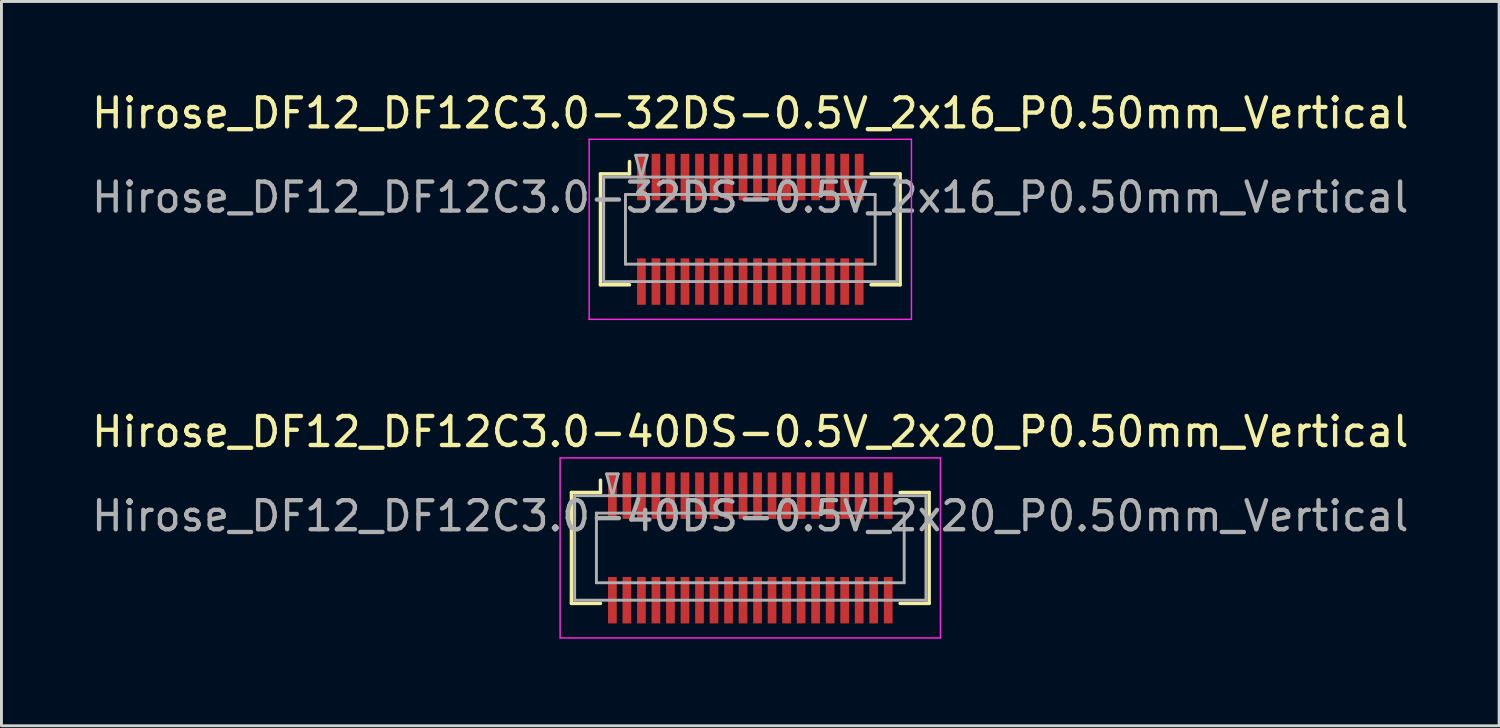
<source format=kicad_pcb>
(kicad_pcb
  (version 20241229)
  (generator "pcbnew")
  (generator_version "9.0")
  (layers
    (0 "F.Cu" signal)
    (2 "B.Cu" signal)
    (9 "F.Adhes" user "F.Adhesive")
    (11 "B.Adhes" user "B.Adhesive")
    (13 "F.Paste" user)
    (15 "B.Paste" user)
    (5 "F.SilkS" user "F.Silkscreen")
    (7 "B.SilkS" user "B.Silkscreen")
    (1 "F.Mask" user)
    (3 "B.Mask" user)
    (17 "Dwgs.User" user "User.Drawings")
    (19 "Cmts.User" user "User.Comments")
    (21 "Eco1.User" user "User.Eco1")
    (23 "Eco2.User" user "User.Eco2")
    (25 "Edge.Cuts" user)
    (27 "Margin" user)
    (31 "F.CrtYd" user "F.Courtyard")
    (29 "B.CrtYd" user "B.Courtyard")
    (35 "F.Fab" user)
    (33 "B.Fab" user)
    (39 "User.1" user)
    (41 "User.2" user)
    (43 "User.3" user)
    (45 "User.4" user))
  (footprint "Hirose_DF12_DF12C3.0-40DS-0.5V_2x20_P0.50mm_Vertical"
    (layer "F.Cu")
    (at 22.792 15.822)
    (property "Reference" "Hirose_DF12_DF12C3.0-40DS-0.5V_2x20_P0.50mm_Vertical" (at 0 -4 0) (layer "F.SilkS") (effects (font (size 1 1) (thickness 0.15))))
    (attr smd)
    (fp_line (start -6.16 -1.91) (end -5.16 -1.91) (stroke (width 0.12) (type solid)) (layer "F.SilkS"))
    (fp_line (start -6.16 1.91) (end -6.16 -1.91) (stroke (width 0.12) (type solid)) (layer "F.SilkS"))
    (fp_line (start -5.16 -1.91) (end -5.16 -2.333) (stroke (width 0.12) (type solid)) (layer "F.SilkS"))
    (fp_line (start -5.16 1.91) (end -6.16 1.91) (stroke (width 0.12) (type solid)) (layer "F.SilkS"))
    (fp_line (start 5.16 1.91) (end 6.16 1.91) (stroke (width 0.12) (type solid)) (layer "F.SilkS"))
    (fp_line (start 6.16 -1.91) (end 5.16 -1.91) (stroke (width 0.12) (type solid)) (layer "F.SilkS"))
    (fp_line (start 6.16 1.91) (end 6.16 -1.91) (stroke (width 0.12) (type solid)) (layer "F.SilkS"))
    (fp_line (start -6.55 -3.1) (end -6.55 3.1) (stroke (width 0.05) (type solid)) (layer "F.CrtYd"))
    (fp_line (start -6.55 3.1) (end 6.55 3.1) (stroke (width 0.05) (type solid)) (layer "F.CrtYd"))
    (fp_line (start 6.55 -3.1) (end -6.55 -3.1) (stroke (width 0.05) (type solid)) (layer "F.CrtYd"))
    (fp_line (start 6.55 3.1) (end 6.55 -3.1) (stroke (width 0.05) (type solid)) (layer "F.CrtYd"))
    (fp_line (start -6.05 -1.8) (end 6.05 -1.8) (stroke (width 0.1) (type solid)) (layer "F.Fab"))
    (fp_line (start -6.05 1.8) (end -6.05 -1.8) (stroke (width 0.1) (type solid)) (layer "F.Fab"))
    (fp_line (start -5.3 -1.2) (end 5.3 -1.2) (stroke (width 0.1) (type solid)) (layer "F.Fab"))
    (fp_line (start -5.3 1.2) (end -5.3 -1.2) (stroke (width 0.1) (type solid)) (layer "F.Fab"))
    (fp_line (start -4.95 -2.55) (end -4.75 -1.8) (stroke (width 0.1) (type solid)) (layer "F.Fab"))
    (fp_line (start -4.75 -1.8) (end -4.55 -2.55) (stroke (width 0.1) (type solid)) (layer "F.Fab"))
    (fp_line (start -4.55 -2.55) (end -4.95 -2.55) (stroke (width 0.1) (type solid)) (layer "F.Fab"))
    (fp_line (start 5.3 -1.2) (end 5.3 1.2) (stroke (width 0.1) (type solid)) (layer "F.Fab"))
    (fp_line (start 5.3 1.2) (end -5.3 1.2) (stroke (width 0.1) (type solid)) (layer "F.Fab"))
    (fp_line (start 6.05 -1.8) (end 6.05 1.8) (stroke (width 0.1) (type solid)) (layer "F.Fab"))
    (fp_line (start 6.05 1.8) (end -6.05 1.8) (stroke (width 0.1) (type solid)) (layer "F.Fab"))
    (fp_text user "${REFERENCE}" (at 0 -1.1 0) (layer "F.Fab") (effects (font (size 1 1) (thickness 0.15))))
    (pad "" smd rect (at -4.75 -2) (size 0.28 1.2) (layers "F.Paste"))
    (pad "" smd rect (at -4.75 2) (size 0.28 1.2) (layers "F.Paste"))
    (pad "" smd rect (at -4.25 -2) (size 0.28 1.2) (layers "F.Paste"))
    (pad "" smd rect (at -4.25 2) (size 0.28 1.2) (layers "F.Paste"))
    (pad "" smd rect (at -3.75 -2) (size 0.28 1.2) (layers "F.Paste"))
    (pad "" smd rect (at -3.75 2) (size 0.28 1.2) (layers "F.Paste"))
    (pad "" smd rect (at -3.25 -2) (size 0.28 1.2) (layers "F.Paste"))
    (pad "" smd rect (at -3.25 2) (size 0.28 1.2) (layers "F.Paste"))
    (pad "" smd rect (at -2.75 -2) (size 0.28 1.2) (layers "F.Paste"))
    (pad "" smd rect (at -2.75 2) (size 0.28 1.2) (layers "F.Paste"))
    (pad "" smd rect (at -2.25 -2) (size 0.28 1.2) (layers "F.Paste"))
    (pad "" smd rect (at -2.25 2) (size 0.28 1.2) (layers "F.Paste"))
    (pad "" smd rect (at -1.75 -2) (size 0.28 1.2) (layers "F.Paste"))
    (pad "" smd rect (at -1.75 2) (size 0.28 1.2) (layers "F.Paste"))
    (pad "" smd rect (at -1.25 -2) (size 0.28 1.2) (layers "F.Paste"))
    (pad "" smd rect (at -1.25 2) (size 0.28 1.2) (layers "F.Paste"))
    (pad "" smd rect (at -0.75 -2) (size 0.28 1.2) (layers "F.Paste"))
    (pad "" smd rect (at -0.75 2) (size 0.28 1.2) (layers "F.Paste"))
    (pad "" smd rect (at -0.25 -2) (size 0.28 1.2) (layers "F.Paste"))
    (pad "" smd rect (at -0.25 2) (size 0.28 1.2) (layers "F.Paste"))
    (pad "" smd rect (at 0.25 -2) (size 0.28 1.2) (layers "F.Paste"))
    (pad "" smd rect (at 0.25 2) (size 0.28 1.2) (layers "F.Paste"))
    (pad "" smd rect (at 0.75 -2) (size 0.28 1.2) (layers "F.Paste"))
    (pad "" smd rect (at 0.75 2) (size 0.28 1.2) (layers "F.Paste"))
    (pad "" smd rect (at 1.25 -2) (size 0.28 1.2) (layers "F.Paste"))
    (pad "" smd rect (at 1.25 2) (size 0.28 1.2) (layers "F.Paste"))
    (pad "" smd rect (at 1.75 -2) (size 0.28 1.2) (layers "F.Paste"))
    (pad "" smd rect (at 1.75 2) (size 0.28 1.2) (layers "F.Paste"))
    (pad "" smd rect (at 2.25 -2) (size 0.28 1.2) (layers "F.Paste"))
    (pad "" smd rect (at 2.25 2) (size 0.28 1.2) (layers "F.Paste"))
    (pad "" smd rect (at 2.75 -2) (size 0.28 1.2) (layers "F.Paste"))
    (pad "" smd rect (at 2.75 2) (size 0.28 1.2) (layers "F.Paste"))
    (pad "" smd rect (at 3.25 -2) (size 0.28 1.2) (layers "F.Paste"))
    (pad "" smd rect (at 3.25 2) (size 0.28 1.2) (layers "F.Paste"))
    (pad "" smd rect (at 3.75 -2) (size 0.28 1.2) (layers "F.Paste"))
    (pad "" smd rect (at 3.75 2) (size 0.28 1.2) (layers "F.Paste"))
    (pad "" smd rect (at 4.25 -2) (size 0.28 1.2) (layers "F.Paste"))
    (pad "" smd rect (at 4.25 2) (size 0.28 1.2) (layers "F.Paste"))
    (pad "" smd rect (at 4.75 -2) (size 0.28 1.2) (layers "F.Paste"))
    (pad "" smd rect (at 4.75 2) (size 0.28 1.2) (layers "F.Paste"))
    (pad "1" smd rect (at -4.75 -1.8) (size 0.3 1.6) (layers "F.Cu" "F.Mask"))
    (pad "2" smd rect (at -4.25 -1.8) (size 0.3 1.6) (layers "F.Cu" "F.Mask"))
    (pad "3" smd rect (at -3.75 -1.8) (size 0.3 1.6) (layers "F.Cu" "F.Mask"))
    (pad "4" smd rect (at -3.25 -1.8) (size 0.3 1.6) (layers "F.Cu" "F.Mask"))
    (pad "5" smd rect (at -2.75 -1.8) (size 0.3 1.6) (layers "F.Cu" "F.Mask"))
    (pad "6" smd rect (at -2.25 -1.8) (size 0.3 1.6) (layers "F.Cu" "F.Mask"))
    (pad "7" smd rect (at -1.75 -1.8) (size 0.3 1.6) (layers "F.Cu" "F.Mask"))
    (pad "8" smd rect (at -1.25 -1.8) (size 0.3 1.6) (layers "F.Cu" "F.Mask"))
    (pad "9" smd rect (at -0.75 -1.8) (size 0.3 1.6) (layers "F.Cu" "F.Mask"))
    (pad "10" smd rect (at -0.25 -1.8) (size 0.3 1.6) (layers "F.Cu" "F.Mask"))
    (pad "11" smd rect (at 0.25 -1.8) (size 0.3 1.6) (layers "F.Cu" "F.Mask"))
    (pad "12" smd rect (at 0.75 -1.8) (size 0.3 1.6) (layers "F.Cu" "F.Mask"))
    (pad "13" smd rect (at 1.25 -1.8) (size 0.3 1.6) (layers "F.Cu" "F.Mask"))
    (pad "14" smd rect (at 1.75 -1.8) (size 0.3 1.6) (layers "F.Cu" "F.Mask"))
    (pad "15" smd rect (at 2.25 -1.8) (size 0.3 1.6) (layers "F.Cu" "F.Mask"))
    (pad "16" smd rect (at 2.75 -1.8) (size 0.3 1.6) (layers "F.Cu" "F.Mask"))
    (pad "17" smd rect (at 3.25 -1.8) (size 0.3 1.6) (layers "F.Cu" "F.Mask"))
    (pad "18" smd rect (at 3.75 -1.8) (size 0.3 1.6) (layers "F.Cu" "F.Mask"))
    (pad "19" smd rect (at 4.25 -1.8) (size 0.3 1.6) (layers "F.Cu" "F.Mask"))
    (pad "20" smd rect (at 4.75 -1.8) (size 0.3 1.6) (layers "F.Cu" "F.Mask"))
    (pad "21" smd rect (at -4.75 1.8) (size 0.3 1.6) (layers "F.Cu" "F.Mask"))
    (pad "22" smd rect (at -4.25 1.8) (size 0.3 1.6) (layers "F.Cu" "F.Mask"))
    (pad "23" smd rect (at -3.75 1.8) (size 0.3 1.6) (layers "F.Cu" "F.Mask"))
    (pad "24" smd rect (at -3.25 1.8) (size 0.3 1.6) (layers "F.Cu" "F.Mask"))
    (pad "25" smd rect (at -2.75 1.8) (size 0.3 1.6) (layers "F.Cu" "F.Mask"))
    (pad "26" smd rect (at -2.25 1.8) (size 0.3 1.6) (layers "F.Cu" "F.Mask"))
    (pad "27" smd rect (at -1.75 1.8) (size 0.3 1.6) (layers "F.Cu" "F.Mask"))
    (pad "28" smd rect (at -1.25 1.8) (size 0.3 1.6) (layers "F.Cu" "F.Mask"))
    (pad "29" smd rect (at -0.75 1.8) (size 0.3 1.6) (layers "F.Cu" "F.Mask"))
    (pad "30" smd rect (at -0.25 1.8) (size 0.3 1.6) (layers "F.Cu" "F.Mask"))
    (pad "31" smd rect (at 0.25 1.8) (size 0.3 1.6) (layers "F.Cu" "F.Mask"))
    (pad "32" smd rect (at 0.75 1.8) (size 0.3 1.6) (layers "F.Cu" "F.Mask"))
    (pad "33" smd rect (at 1.25 1.8) (size 0.3 1.6) (layers "F.Cu" "F.Mask"))
    (pad "34" smd rect (at 1.75 1.8) (size 0.3 1.6) (layers "F.Cu" "F.Mask"))
    (pad "35" smd rect (at 2.25 1.8) (size 0.3 1.6) (layers "F.Cu" "F.Mask"))
    (pad "36" smd rect (at 2.75 1.8) (size 0.3 1.6) (layers "F.Cu" "F.Mask"))
    (pad "37" smd rect (at 3.25 1.8) (size 0.3 1.6) (layers "F.Cu" "F.Mask"))
    (pad "38" smd rect (at 3.75 1.8) (size 0.3 1.6) (layers "F.Cu" "F.Mask"))
    (pad "39" smd rect (at 4.25 1.8) (size 0.3 1.6) (layers "F.Cu" "F.Mask"))
    (pad "40" smd rect (at 4.75 1.8) (size 0.3 1.6) (layers "F.Cu" "F.Mask")))
  (footprint "Hirose_DF12_DF12C3.0-32DS-0.5V_2x16_P0.50mm_Vertical"
    (layer "F.Cu")
    (at 22.792 4.848)
    (property "Reference" "Hirose_DF12_DF12C3.0-32DS-0.5V_2x16_P0.50mm_Vertical" (at 0 -4 0) (layer "F.SilkS") (effects (font (size 1 1) (thickness 0.15))))
    (attr smd)
    (fp_line (start -5.16 -1.91) (end -4.16 -1.91) (stroke (width 0.12) (type solid)) (layer "F.SilkS"))
    (fp_line (start -5.16 1.91) (end -5.16 -1.91) (stroke (width 0.12) (type solid)) (layer "F.SilkS"))
    (fp_line (start -4.16 -1.91) (end -4.16 -2.333) (stroke (width 0.12) (type solid)) (layer "F.SilkS"))
    (fp_line (start -4.16 1.91) (end -5.16 1.91) (stroke (width 0.12) (type solid)) (layer "F.SilkS"))
    (fp_line (start 4.16 1.91) (end 5.16 1.91) (stroke (width 0.12) (type solid)) (layer "F.SilkS"))
    (fp_line (start 5.16 -1.91) (end 4.16 -1.91) (stroke (width 0.12) (type solid)) (layer "F.SilkS"))
    (fp_line (start 5.16 1.91) (end 5.16 -1.91) (stroke (width 0.12) (type solid)) (layer "F.SilkS"))
    (fp_line (start -5.55 -3.1) (end -5.55 3.1) (stroke (width 0.05) (type solid)) (layer "F.CrtYd"))
    (fp_line (start -5.55 3.1) (end 5.55 3.1) (stroke (width 0.05) (type solid)) (layer "F.CrtYd"))
    (fp_line (start 5.55 -3.1) (end -5.55 -3.1) (stroke (width 0.05) (type solid)) (layer "F.CrtYd"))
    (fp_line (start 5.55 3.1) (end 5.55 -3.1) (stroke (width 0.05) (type solid)) (layer "F.CrtYd"))
    (fp_line (start -5.05 -1.8) (end 5.05 -1.8) (stroke (width 0.1) (type solid)) (layer "F.Fab"))
    (fp_line (start -5.05 1.8) (end -5.05 -1.8) (stroke (width 0.1) (type solid)) (layer "F.Fab"))
    (fp_line (start -4.3 -1.2) (end 4.3 -1.2) (stroke (width 0.1) (type solid)) (layer "F.Fab"))
    (fp_line (start -4.3 1.2) (end -4.3 -1.2) (stroke (width 0.1) (type solid)) (layer "F.Fab"))
    (fp_line (start -3.95 -2.55) (end -3.75 -1.8) (stroke (width 0.1) (type solid)) (layer "F.Fab"))
    (fp_line (start -3.75 -1.8) (end -3.55 -2.55) (stroke (width 0.1) (type solid)) (layer "F.Fab"))
    (fp_line (start -3.55 -2.55) (end -3.95 -2.55) (stroke (width 0.1) (type solid)) (layer "F.Fab"))
    (fp_line (start 4.3 -1.2) (end 4.3 1.2) (stroke (width 0.1) (type solid)) (layer "F.Fab"))
    (fp_line (start 4.3 1.2) (end -4.3 1.2) (stroke (width 0.1) (type solid)) (layer "F.Fab"))
    (fp_line (start 5.05 -1.8) (end 5.05 1.8) (stroke (width 0.1) (type solid)) (layer "F.Fab"))
    (fp_line (start 5.05 1.8) (end -5.05 1.8) (stroke (width 0.1) (type solid)) (layer "F.Fab"))
    (fp_text user "${REFERENCE}" (at 0 -1.1 0) (layer "F.Fab") (effects (font (size 1 1) (thickness 0.15))))
    (pad "" smd rect (at -3.75 -2) (size 0.28 1.2) (layers "F.Paste"))
    (pad "" smd rect (at -3.75 2) (size 0.28 1.2) (layers "F.Paste"))
    (pad "" smd rect (at -3.25 -2) (size 0.28 1.2) (layers "F.Paste"))
    (pad "" smd rect (at -3.25 2) (size 0.28 1.2) (layers "F.Paste"))
    (pad "" smd rect (at -2.75 -2) (size 0.28 1.2) (layers "F.Paste"))
    (pad "" smd rect (at -2.75 2) (size 0.28 1.2) (layers "F.Paste"))
    (pad "" smd rect (at -2.25 -2) (size 0.28 1.2) (layers "F.Paste"))
    (pad "" smd rect (at -2.25 2) (size 0.28 1.2) (layers "F.Paste"))
    (pad "" smd rect (at -1.75 -2) (size 0.28 1.2) (layers "F.Paste"))
    (pad "" smd rect (at -1.75 2) (size 0.28 1.2) (layers "F.Paste"))
    (pad "" smd rect (at -1.25 -2) (size 0.28 1.2) (layers "F.Paste"))
    (pad "" smd rect (at -1.25 2) (size 0.28 1.2) (layers "F.Paste"))
    (pad "" smd rect (at -0.75 -2) (size 0.28 1.2) (layers "F.Paste"))
    (pad "" smd rect (at -0.75 2) (size 0.28 1.2) (layers "F.Paste"))
    (pad "" smd rect (at -0.25 -2) (size 0.28 1.2) (layers "F.Paste"))
    (pad "" smd rect (at -0.25 2) (size 0.28 1.2) (layers "F.Paste"))
    (pad "" smd rect (at 0.25 -2) (size 0.28 1.2) (layers "F.Paste"))
    (pad "" smd rect (at 0.25 2) (size 0.28 1.2) (layers "F.Paste"))
    (pad "" smd rect (at 0.75 -2) (size 0.28 1.2) (layers "F.Paste"))
    (pad "" smd rect (at 0.75 2) (size 0.28 1.2) (layers "F.Paste"))
    (pad "" smd rect (at 1.25 -2) (size 0.28 1.2) (layers "F.Paste"))
    (pad "" smd rect (at 1.25 2) (size 0.28 1.2) (layers "F.Paste"))
    (pad "" smd rect (at 1.75 -2) (size 0.28 1.2) (layers "F.Paste"))
    (pad "" smd rect (at 1.75 2) (size 0.28 1.2) (layers "F.Paste"))
    (pad "" smd rect (at 2.25 -2) (size 0.28 1.2) (layers "F.Paste"))
    (pad "" smd rect (at 2.25 2) (size 0.28 1.2) (layers "F.Paste"))
    (pad "" smd rect (at 2.75 -2) (size 0.28 1.2) (layers "F.Paste"))
    (pad "" smd rect (at 2.75 2) (size 0.28 1.2) (layers "F.Paste"))
    (pad "" smd rect (at 3.25 -2) (size 0.28 1.2) (layers "F.Paste"))
    (pad "" smd rect (at 3.25 2) (size 0.28 1.2) (layers "F.Paste"))
    (pad "" smd rect (at 3.75 -2) (size 0.28 1.2) (layers "F.Paste"))
    (pad "" smd rect (at 3.75 2) (size 0.28 1.2) (layers "F.Paste"))
    (pad "1" smd rect (at -3.75 -1.8) (size 0.3 1.6) (layers "F.Cu" "F.Mask"))
    (pad "2" smd rect (at -3.25 -1.8) (size 0.3 1.6) (layers "F.Cu" "F.Mask"))
    (pad "3" smd rect (at -2.75 -1.8) (size 0.3 1.6) (layers "F.Cu" "F.Mask"))
    (pad "4" smd rect (at -2.25 -1.8) (size 0.3 1.6) (layers "F.Cu" "F.Mask"))
    (pad "5" smd rect (at -1.75 -1.8) (size 0.3 1.6) (layers "F.Cu" "F.Mask"))
    (pad "6" smd rect (at -1.25 -1.8) (size 0.3 1.6) (layers "F.Cu" "F.Mask"))
    (pad "7" smd rect (at -0.75 -1.8) (size 0.3 1.6) (layers "F.Cu" "F.Mask"))
    (pad "8" smd rect (at -0.25 -1.8) (size 0.3 1.6) (layers "F.Cu" "F.Mask"))
    (pad "9" smd rect (at 0.25 -1.8) (size 0.3 1.6) (layers "F.Cu" "F.Mask"))
    (pad "10" smd rect (at 0.75 -1.8) (size 0.3 1.6) (layers "F.Cu" "F.Mask"))
    (pad "11" smd rect (at 1.25 -1.8) (size 0.3 1.6) (layers "F.Cu" "F.Mask"))
    (pad "12" smd rect (at 1.75 -1.8) (size 0.3 1.6) (layers "F.Cu" "F.Mask"))
    (pad "13" smd rect (at 2.25 -1.8) (size 0.3 1.6) (layers "F.Cu" "F.Mask"))
    (pad "14" smd rect (at 2.75 -1.8) (size 0.3 1.6) (layers "F.Cu" "F.Mask"))
    (pad "15" smd rect (at 3.25 -1.8) (size 0.3 1.6) (layers "F.Cu" "F.Mask"))
    (pad "16" smd rect (at 3.75 -1.8) (size 0.3 1.6) (layers "F.Cu" "F.Mask"))
    (pad "17" smd rect (at -3.75 1.8) (size 0.3 1.6) (layers "F.Cu" "F.Mask"))
    (pad "18" smd rect (at -3.25 1.8) (size 0.3 1.6) (layers "F.Cu" "F.Mask"))
    (pad "19" smd rect (at -2.75 1.8) (size 0.3 1.6) (layers "F.Cu" "F.Mask"))
    (pad "20" smd rect (at -2.25 1.8) (size 0.3 1.6) (layers "F.Cu" "F.Mask"))
    (pad "21" smd rect (at -1.75 1.8) (size 0.3 1.6) (layers "F.Cu" "F.Mask"))
    (pad "22" smd rect (at -1.25 1.8) (size 0.3 1.6) (layers "F.Cu" "F.Mask"))
    (pad "23" smd rect (at -0.75 1.8) (size 0.3 1.6) (layers "F.Cu" "F.Mask"))
    (pad "24" smd rect (at -0.25 1.8) (size 0.3 1.6) (layers "F.Cu" "F.Mask"))
    (pad "25" smd rect (at 0.25 1.8) (size 0.3 1.6) (layers "F.Cu" "F.Mask"))
    (pad "26" smd rect (at 0.75 1.8) (size 0.3 1.6) (layers "F.Cu" "F.Mask"))
    (pad "27" smd rect (at 1.25 1.8) (size 0.3 1.6) (layers "F.Cu" "F.Mask"))
    (pad "28" smd rect (at 1.75 1.8) (size 0.3 1.6) (layers "F.Cu" "F.Mask"))
    (pad "29" smd rect (at 2.25 1.8) (size 0.3 1.6) (layers "F.Cu" "F.Mask"))
    (pad "30" smd rect (at 2.75 1.8) (size 0.3 1.6) (layers "F.Cu" "F.Mask"))
    (pad "31" smd rect (at 3.25 1.8) (size 0.3 1.6) (layers "F.Cu" "F.Mask"))
    (pad "32" smd rect (at 3.75 1.8) (size 0.3 1.6) (layers "F.Cu" "F.Mask")))
  (gr_rect
    (start -3 -3)
    (end 48.583 21.947)
    (stroke (width 0.1) (type default))
    (fill no)
    (layer "Edge.Cuts")))
</source>
